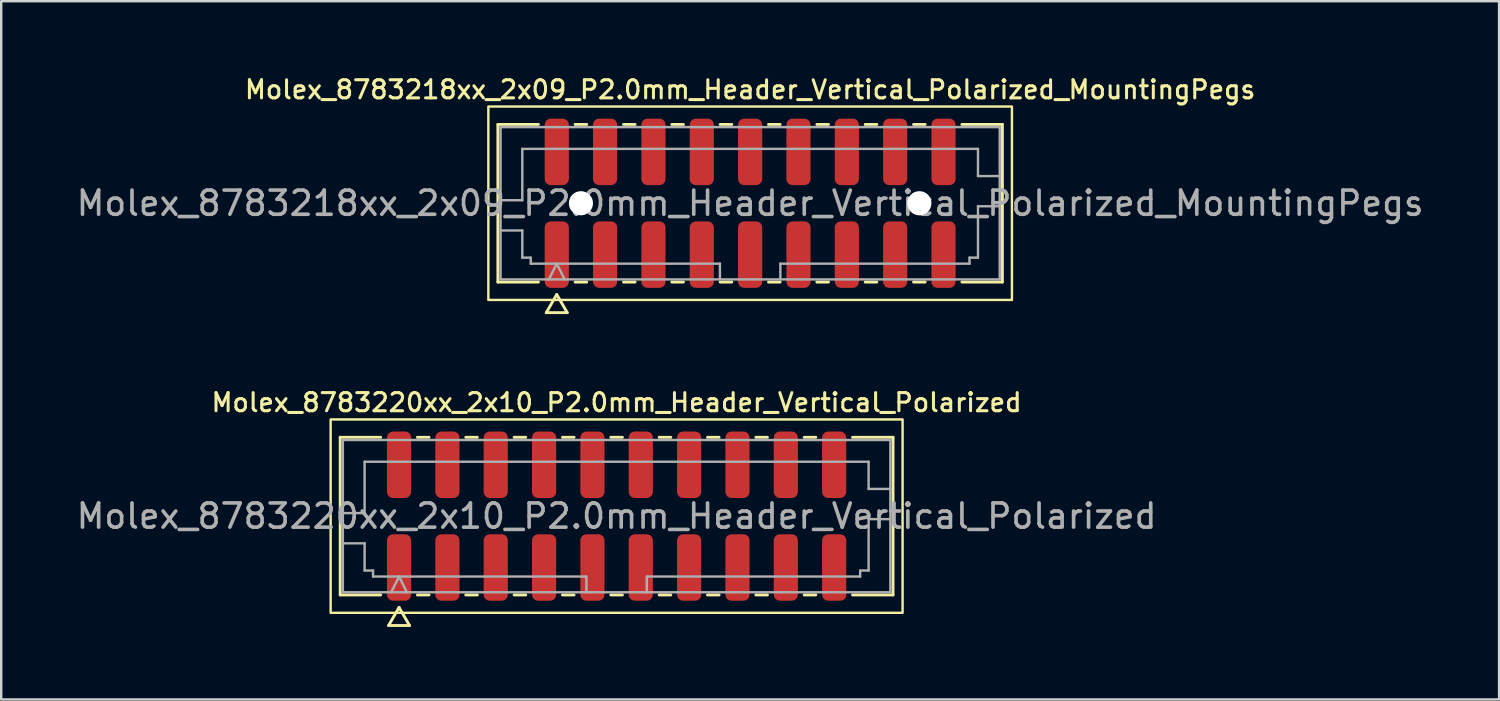
<source format=kicad_pcb>
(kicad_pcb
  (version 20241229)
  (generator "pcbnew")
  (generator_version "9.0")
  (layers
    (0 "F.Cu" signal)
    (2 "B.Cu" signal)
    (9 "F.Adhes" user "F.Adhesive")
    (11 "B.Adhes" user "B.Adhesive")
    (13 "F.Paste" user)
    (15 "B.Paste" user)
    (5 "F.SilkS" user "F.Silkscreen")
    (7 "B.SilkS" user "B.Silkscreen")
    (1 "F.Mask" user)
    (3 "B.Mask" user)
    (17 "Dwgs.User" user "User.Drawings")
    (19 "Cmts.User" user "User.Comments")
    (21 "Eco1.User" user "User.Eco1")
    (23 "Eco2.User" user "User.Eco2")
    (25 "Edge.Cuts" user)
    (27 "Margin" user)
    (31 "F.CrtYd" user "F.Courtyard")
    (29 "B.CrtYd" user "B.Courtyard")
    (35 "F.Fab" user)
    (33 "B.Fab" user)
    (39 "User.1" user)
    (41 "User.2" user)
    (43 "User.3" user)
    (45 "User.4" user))
  (footprint "Molex_8783220xx_2x10_P2.0mm_Header_Vertical_Polarized"
    (layer "F.Cu")
    (at 22.458 18.301)
    (property "Reference" "Molex_8783220xx_2x10_P2.0mm_Header_Vertical_Polarized" (at 0 -4.7 0) (layer "F.SilkS") (effects (font (size 0.75 0.75) (thickness 0.125))))
    (attr smd)
    (fp_line (start -11.435 -3.26) (end -9.76 -3.26) (stroke (width 0.12) (type solid)) (layer "F.SilkS"))
    (fp_line (start -11.435 3.26) (end -11.435 -3.26) (stroke (width 0.12) (type solid)) (layer "F.SilkS"))
    (fp_line (start -9.76 3.26) (end -11.435 3.26) (stroke (width 0.12) (type solid)) (layer "F.SilkS"))
    (fp_line (start -9.433 4.525) (end -9 3.775) (stroke (width 0.12) (type solid)) (layer "F.SilkS"))
    (fp_line (start -9 3.775) (end -8.567 4.525) (stroke (width 0.12) (type solid)) (layer "F.SilkS"))
    (fp_line (start -8.567 4.525) (end -9.433 4.525) (stroke (width 0.12) (type solid)) (layer "F.SilkS"))
    (fp_line (start -8.24 -3.26) (end -7.76 -3.26) (stroke (width 0.12) (type solid)) (layer "F.SilkS"))
    (fp_line (start -7.76 3.26) (end -8.24 3.26) (stroke (width 0.12) (type solid)) (layer "F.SilkS"))
    (fp_line (start -6.24 -3.26) (end -5.76 -3.26) (stroke (width 0.12) (type solid)) (layer "F.SilkS"))
    (fp_line (start -5.76 3.26) (end -6.24 3.26) (stroke (width 0.12) (type solid)) (layer "F.SilkS"))
    (fp_line (start -4.24 -3.26) (end -3.76 -3.26) (stroke (width 0.12) (type solid)) (layer "F.SilkS"))
    (fp_line (start -3.76 3.26) (end -4.24 3.26) (stroke (width 0.12) (type solid)) (layer "F.SilkS"))
    (fp_line (start -2.24 -3.26) (end -1.76 -3.26) (stroke (width 0.12) (type solid)) (layer "F.SilkS"))
    (fp_line (start -1.76 3.26) (end -2.24 3.26) (stroke (width 0.12) (type solid)) (layer "F.SilkS"))
    (fp_line (start -0.24 -3.26) (end 0.24 -3.26) (stroke (width 0.12) (type solid)) (layer "F.SilkS"))
    (fp_line (start 0.24 3.26) (end -0.24 3.26) (stroke (width 0.12) (type solid)) (layer "F.SilkS"))
    (fp_line (start 1.76 -3.26) (end 2.24 -3.26) (stroke (width 0.12) (type solid)) (layer "F.SilkS"))
    (fp_line (start 2.24 3.26) (end 1.76 3.26) (stroke (width 0.12) (type solid)) (layer "F.SilkS"))
    (fp_line (start 3.76 -3.26) (end 4.24 -3.26) (stroke (width 0.12) (type solid)) (layer "F.SilkS"))
    (fp_line (start 4.24 3.26) (end 3.76 3.26) (stroke (width 0.12) (type solid)) (layer "F.SilkS"))
    (fp_line (start 5.76 -3.26) (end 6.24 -3.26) (stroke (width 0.12) (type solid)) (layer "F.SilkS"))
    (fp_line (start 6.24 3.26) (end 5.76 3.26) (stroke (width 0.12) (type solid)) (layer "F.SilkS"))
    (fp_line (start 7.76 -3.26) (end 8.24 -3.26) (stroke (width 0.12) (type solid)) (layer "F.SilkS"))
    (fp_line (start 8.24 3.26) (end 7.76 3.26) (stroke (width 0.12) (type solid)) (layer "F.SilkS"))
    (fp_line (start 9.76 -3.26) (end 11.435 -3.26) (stroke (width 0.12) (type solid)) (layer "F.SilkS"))
    (fp_line (start 11.435 -3.26) (end 11.435 3.26) (stroke (width 0.12) (type solid)) (layer "F.SilkS"))
    (fp_line (start 11.435 3.26) (end 9.76 3.26) (stroke (width 0.12) (type solid)) (layer "F.SilkS"))
    (fp_rect (start -11.83 -4) (end 11.83 4) (stroke (width 0.1) (type solid)) (fill no) (layer "F.SilkS"))
    (fp_line (start -11.325 -3.15) (end 11.325 -3.15) (stroke (width 0.1) (type solid)) (layer "F.Fab"))
    (fp_line (start -11.325 -0.125) (end -10.425 -0.125) (stroke (width 0.1) (type solid)) (layer "F.Fab"))
    (fp_line (start -11.325 1.125) (end -10.425 1.125) (stroke (width 0.1) (type solid)) (layer "F.Fab"))
    (fp_line (start -11.325 3.15) (end -11.325 -3.15) (stroke (width 0.1) (type solid)) (layer "F.Fab"))
    (fp_line (start -10.425 -2.25) (end 10.425 -2.25) (stroke (width 0.1) (type solid)) (layer "F.Fab"))
    (fp_line (start -10.425 -0.125) (end -10.425 -2.25) (stroke (width 0.1) (type solid)) (layer "F.Fab"))
    (fp_line (start -10.425 1.125) (end -10.425 2.25) (stroke (width 0.1) (type solid)) (layer "F.Fab"))
    (fp_line (start -10.425 2.25) (end -10.075 2.25) (stroke (width 0.1) (type solid)) (layer "F.Fab"))
    (fp_line (start -10.075 2.25) (end -10.075 2.5) (stroke (width 0.1) (type solid)) (layer "F.Fab"))
    (fp_line (start -10.075 2.5) (end -1.25 2.5) (stroke (width 0.1) (type solid)) (layer "F.Fab"))
    (fp_line (start -9.325 3.15) (end -9 2.5) (stroke (width 0.1) (type solid)) (layer "F.Fab"))
    (fp_line (start -9 2.5) (end -8.675 3.15) (stroke (width 0.1) (type solid)) (layer "F.Fab"))
    (fp_line (start -1.25 2.5) (end -1.25 3.15) (stroke (width 0.1) (type solid)) (layer "F.Fab"))
    (fp_line (start 1.25 2.5) (end 1.25 3.15) (stroke (width 0.1) (type solid)) (layer "F.Fab"))
    (fp_line (start 1.25 2.5) (end 10.075 2.5) (stroke (width 0.1) (type solid)) (layer "F.Fab"))
    (fp_line (start 10.075 2.25) (end 10.425 2.25) (stroke (width 0.1) (type solid)) (layer "F.Fab"))
    (fp_line (start 10.075 2.5) (end 10.075 2.25) (stroke (width 0.1) (type solid)) (layer "F.Fab"))
    (fp_line (start 10.425 -2.25) (end 10.425 -1.125) (stroke (width 0.1) (type solid)) (layer "F.Fab"))
    (fp_line (start 10.425 -1.125) (end 11.325 -1.125) (stroke (width 0.1) (type solid)) (layer "F.Fab"))
    (fp_line (start 10.425 0.125) (end 11.325 0.125) (stroke (width 0.1) (type solid)) (layer "F.Fab"))
    (fp_line (start 10.425 2.25) (end 10.425 0.125) (stroke (width 0.1) (type solid)) (layer "F.Fab"))
    (fp_line (start 11.325 -3.15) (end 11.325 3.15) (stroke (width 0.1) (type solid)) (layer "F.Fab"))
    (fp_line (start 11.325 3.15) (end -11.325 3.15) (stroke (width 0.1) (type solid)) (layer "F.Fab"))
    (fp_text user "${REFERENCE}" (at 0 0 0) (layer "F.Fab") (effects (font (size 1 1) (thickness 0.15))))
    (pad "1" smd roundrect (at -9 2.125) (size 1 2.75) (layers "F.Cu" "F.Mask" "F.Paste") (roundrect_rratio 0.25))
    (pad "2" smd roundrect (at -9 -2.125) (size 1 2.75) (layers "F.Cu" "F.Mask" "F.Paste") (roundrect_rratio 0.25))
    (pad "3" smd roundrect (at -7 2.125) (size 1 2.75) (layers "F.Cu" "F.Mask" "F.Paste") (roundrect_rratio 0.25))
    (pad "4" smd roundrect (at -7 -2.125) (size 1 2.75) (layers "F.Cu" "F.Mask" "F.Paste") (roundrect_rratio 0.25))
    (pad "5" smd roundrect (at -5 2.125) (size 1 2.75) (layers "F.Cu" "F.Mask" "F.Paste") (roundrect_rratio 0.25))
    (pad "6" smd roundrect (at -5 -2.125) (size 1 2.75) (layers "F.Cu" "F.Mask" "F.Paste") (roundrect_rratio 0.25))
    (pad "7" smd roundrect (at -3 2.125) (size 1 2.75) (layers "F.Cu" "F.Mask" "F.Paste") (roundrect_rratio 0.25))
    (pad "8" smd roundrect (at -3 -2.125) (size 1 2.75) (layers "F.Cu" "F.Mask" "F.Paste") (roundrect_rratio 0.25))
    (pad "9" smd roundrect (at -1 2.125) (size 1 2.75) (layers "F.Cu" "F.Mask" "F.Paste") (roundrect_rratio 0.25))
    (pad "10" smd roundrect (at -1 -2.125) (size 1 2.75) (layers "F.Cu" "F.Mask" "F.Paste") (roundrect_rratio 0.25))
    (pad "11" smd roundrect (at 1 2.125) (size 1 2.75) (layers "F.Cu" "F.Mask" "F.Paste") (roundrect_rratio 0.25))
    (pad "12" smd roundrect (at 1 -2.125) (size 1 2.75) (layers "F.Cu" "F.Mask" "F.Paste") (roundrect_rratio 0.25))
    (pad "13" smd roundrect (at 3 2.125) (size 1 2.75) (layers "F.Cu" "F.Mask" "F.Paste") (roundrect_rratio 0.25))
    (pad "14" smd roundrect (at 3 -2.125) (size 1 2.75) (layers "F.Cu" "F.Mask" "F.Paste") (roundrect_rratio 0.25))
    (pad "15" smd roundrect (at 5 2.125) (size 1 2.75) (layers "F.Cu" "F.Mask" "F.Paste") (roundrect_rratio 0.25))
    (pad "16" smd roundrect (at 5 -2.125) (size 1 2.75) (layers "F.Cu" "F.Mask" "F.Paste") (roundrect_rratio 0.25))
    (pad "17" smd roundrect (at 7 2.125) (size 1 2.75) (layers "F.Cu" "F.Mask" "F.Paste") (roundrect_rratio 0.25))
    (pad "18" smd roundrect (at 7 -2.125) (size 1 2.75) (layers "F.Cu" "F.Mask" "F.Paste") (roundrect_rratio 0.25))
    (pad "19" smd roundrect (at 9 2.125) (size 1 2.75) (layers "F.Cu" "F.Mask" "F.Paste") (roundrect_rratio 0.25))
    (pad "20" smd roundrect (at 9 -2.125) (size 1 2.75) (layers "F.Cu" "F.Mask" "F.Paste") (roundrect_rratio 0.25)))
  (footprint "Molex_8783218xx_2x09_P2.0mm_Header_Vertical_Polarized_MountingPegs"
    (layer "F.Cu")
    (at 27.982 5.358)
    (property "Reference" "Molex_8783218xx_2x09_P2.0mm_Header_Vertical_Polarized_MountingPegs" (at 0 -4.7 0) (layer "F.SilkS") (effects (font (size 0.75 0.75) (thickness 0.125))))
    (attr smd)
    (fp_line (start -10.435 -3.26) (end -8.76 -3.26) (stroke (width 0.12) (type solid)) (layer "F.SilkS"))
    (fp_line (start -10.435 3.26) (end -10.435 -3.26) (stroke (width 0.12) (type solid)) (layer "F.SilkS"))
    (fp_line (start -8.76 3.26) (end -10.435 3.26) (stroke (width 0.12) (type solid)) (layer "F.SilkS"))
    (fp_line (start -8.433 4.525) (end -8 3.775) (stroke (width 0.12) (type solid)) (layer "F.SilkS"))
    (fp_line (start -8 3.775) (end -7.567 4.525) (stroke (width 0.12) (type solid)) (layer "F.SilkS"))
    (fp_line (start -7.567 4.525) (end -8.433 4.525) (stroke (width 0.12) (type solid)) (layer "F.SilkS"))
    (fp_line (start -7.24 -3.26) (end -6.76 -3.26) (stroke (width 0.12) (type solid)) (layer "F.SilkS"))
    (fp_line (start -6.76 3.26) (end -7.24 3.26) (stroke (width 0.12) (type solid)) (layer "F.SilkS"))
    (fp_line (start -5.24 -3.26) (end -4.76 -3.26) (stroke (width 0.12) (type solid)) (layer "F.SilkS"))
    (fp_line (start -4.76 3.26) (end -5.24 3.26) (stroke (width 0.12) (type solid)) (layer "F.SilkS"))
    (fp_line (start -3.24 -3.26) (end -2.76 -3.26) (stroke (width 0.12) (type solid)) (layer "F.SilkS"))
    (fp_line (start -2.76 3.26) (end -3.24 3.26) (stroke (width 0.12) (type solid)) (layer "F.SilkS"))
    (fp_line (start -1.24 -3.26) (end -0.76 -3.26) (stroke (width 0.12) (type solid)) (layer "F.SilkS"))
    (fp_line (start -0.76 3.26) (end -1.24 3.26) (stroke (width 0.12) (type solid)) (layer "F.SilkS"))
    (fp_line (start 0.76 -3.26) (end 1.24 -3.26) (stroke (width 0.12) (type solid)) (layer "F.SilkS"))
    (fp_line (start 1.24 3.26) (end 0.76 3.26) (stroke (width 0.12) (type solid)) (layer "F.SilkS"))
    (fp_line (start 2.76 -3.26) (end 3.24 -3.26) (stroke (width 0.12) (type solid)) (layer "F.SilkS"))
    (fp_line (start 3.24 3.26) (end 2.76 3.26) (stroke (width 0.12) (type solid)) (layer "F.SilkS"))
    (fp_line (start 4.76 -3.26) (end 5.24 -3.26) (stroke (width 0.12) (type solid)) (layer "F.SilkS"))
    (fp_line (start 5.24 3.26) (end 4.76 3.26) (stroke (width 0.12) (type solid)) (layer "F.SilkS"))
    (fp_line (start 6.76 -3.26) (end 7.24 -3.26) (stroke (width 0.12) (type solid)) (layer "F.SilkS"))
    (fp_line (start 7.24 3.26) (end 6.76 3.26) (stroke (width 0.12) (type solid)) (layer "F.SilkS"))
    (fp_line (start 8.76 -3.26) (end 10.435 -3.26) (stroke (width 0.12) (type solid)) (layer "F.SilkS"))
    (fp_line (start 10.435 -3.26) (end 10.435 3.26) (stroke (width 0.12) (type solid)) (layer "F.SilkS"))
    (fp_line (start 10.435 3.26) (end 8.76 3.26) (stroke (width 0.12) (type solid)) (layer "F.SilkS"))
    (fp_rect (start -10.83 -4) (end 10.83 4) (stroke (width 0.1) (type solid)) (fill no) (layer "F.SilkS"))
    (fp_line (start -10.325 -3.15) (end 10.325 -3.15) (stroke (width 0.1) (type solid)) (layer "F.Fab"))
    (fp_line (start -10.325 -0.125) (end -9.425 -0.125) (stroke (width 0.1) (type solid)) (layer "F.Fab"))
    (fp_line (start -10.325 1.125) (end -9.425 1.125) (stroke (width 0.1) (type solid)) (layer "F.Fab"))
    (fp_line (start -10.325 3.15) (end -10.325 -3.15) (stroke (width 0.1) (type solid)) (layer "F.Fab"))
    (fp_line (start -9.425 -2.25) (end 9.425 -2.25) (stroke (width 0.1) (type solid)) (layer "F.Fab"))
    (fp_line (start -9.425 -0.125) (end -9.425 -2.25) (stroke (width 0.1) (type solid)) (layer "F.Fab"))
    (fp_line (start -9.425 1.125) (end -9.425 2.25) (stroke (width 0.1) (type solid)) (layer "F.Fab"))
    (fp_line (start -9.425 2.25) (end -9.075 2.25) (stroke (width 0.1) (type solid)) (layer "F.Fab"))
    (fp_line (start -9.075 2.25) (end -9.075 2.5) (stroke (width 0.1) (type solid)) (layer "F.Fab"))
    (fp_line (start -9.075 2.5) (end -1.25 2.5) (stroke (width 0.1) (type solid)) (layer "F.Fab"))
    (fp_line (start -8.325 3.15) (end -8 2.5) (stroke (width 0.1) (type solid)) (layer "F.Fab"))
    (fp_line (start -8 2.5) (end -7.675 3.15) (stroke (width 0.1) (type solid)) (layer "F.Fab"))
    (fp_line (start -1.25 2.5) (end -1.25 3.15) (stroke (width 0.1) (type solid)) (layer "F.Fab"))
    (fp_line (start 1.25 2.5) (end 1.25 3.15) (stroke (width 0.1) (type solid)) (layer "F.Fab"))
    (fp_line (start 1.25 2.5) (end 9.075 2.5) (stroke (width 0.1) (type solid)) (layer "F.Fab"))
    (fp_line (start 9.075 2.25) (end 9.425 2.25) (stroke (width 0.1) (type solid)) (layer "F.Fab"))
    (fp_line (start 9.075 2.5) (end 9.075 2.25) (stroke (width 0.1) (type solid)) (layer "F.Fab"))
    (fp_line (start 9.425 -2.25) (end 9.425 -1.125) (stroke (width 0.1) (type solid)) (layer "F.Fab"))
    (fp_line (start 9.425 -1.125) (end 10.325 -1.125) (stroke (width 0.1) (type solid)) (layer "F.Fab"))
    (fp_line (start 9.425 0.125) (end 10.325 0.125) (stroke (width 0.1) (type solid)) (layer "F.Fab"))
    (fp_line (start 9.425 2.25) (end 9.425 0.125) (stroke (width 0.1) (type solid)) (layer "F.Fab"))
    (fp_line (start 10.325 -3.15) (end 10.325 3.15) (stroke (width 0.1) (type solid)) (layer "F.Fab"))
    (fp_line (start 10.325 3.15) (end -10.325 3.15) (stroke (width 0.1) (type solid)) (layer "F.Fab"))
    (fp_text user "${REFERENCE}" (at 0 0 0) (layer "F.Fab") (effects (font (size 1 1) (thickness 0.15))))
    (pad "" np_thru_hole circle (at -7 0) (size 1 1) (drill 1) (layers "*.Cu" "*.Mask"))
    (pad "" np_thru_hole circle (at 7 0) (size 1 1) (drill 1) (layers "*.Cu" "*.Mask"))
    (pad "1" smd roundrect (at -8 2.125) (size 1 2.75) (layers "F.Cu" "F.Mask" "F.Paste") (roundrect_rratio 0.25))
    (pad "2" smd roundrect (at -8 -2.125) (size 1 2.75) (layers "F.Cu" "F.Mask" "F.Paste") (roundrect_rratio 0.25))
    (pad "3" smd roundrect (at -6 2.125) (size 1 2.75) (layers "F.Cu" "F.Mask" "F.Paste") (roundrect_rratio 0.25))
    (pad "4" smd roundrect (at -6 -2.125) (size 1 2.75) (layers "F.Cu" "F.Mask" "F.Paste") (roundrect_rratio 0.25))
    (pad "5" smd roundrect (at -4 2.125) (size 1 2.75) (layers "F.Cu" "F.Mask" "F.Paste") (roundrect_rratio 0.25))
    (pad "6" smd roundrect (at -4 -2.125) (size 1 2.75) (layers "F.Cu" "F.Mask" "F.Paste") (roundrect_rratio 0.25))
    (pad "7" smd roundrect (at -2 2.125) (size 1 2.75) (layers "F.Cu" "F.Mask" "F.Paste") (roundrect_rratio 0.25))
    (pad "8" smd roundrect (at -2 -2.125) (size 1 2.75) (layers "F.Cu" "F.Mask" "F.Paste") (roundrect_rratio 0.25))
    (pad "9" smd roundrect (at 0 2.125) (size 1 2.75) (layers "F.Cu" "F.Mask" "F.Paste") (roundrect_rratio 0.25))
    (pad "10" smd roundrect (at 0 -2.125) (size 1 2.75) (layers "F.Cu" "F.Mask" "F.Paste") (roundrect_rratio 0.25))
    (pad "11" smd roundrect (at 2 2.125) (size 1 2.75) (layers "F.Cu" "F.Mask" "F.Paste") (roundrect_rratio 0.25))
    (pad "12" smd roundrect (at 2 -2.125) (size 1 2.75) (layers "F.Cu" "F.Mask" "F.Paste") (roundrect_rratio 0.25))
    (pad "13" smd roundrect (at 4 2.125) (size 1 2.75) (layers "F.Cu" "F.Mask" "F.Paste") (roundrect_rratio 0.25))
    (pad "14" smd roundrect (at 4 -2.125) (size 1 2.75) (layers "F.Cu" "F.Mask" "F.Paste") (roundrect_rratio 0.25))
    (pad "15" smd roundrect (at 6 2.125) (size 1 2.75) (layers "F.Cu" "F.Mask" "F.Paste") (roundrect_rratio 0.25))
    (pad "16" smd roundrect (at 6 -2.125) (size 1 2.75) (layers "F.Cu" "F.Mask" "F.Paste") (roundrect_rratio 0.25))
    (pad "17" smd roundrect (at 8 2.125) (size 1 2.75) (layers "F.Cu" "F.Mask" "F.Paste") (roundrect_rratio 0.25))
    (pad "18" smd roundrect (at 8 -2.125) (size 1 2.75) (layers "F.Cu" "F.Mask" "F.Paste") (roundrect_rratio 0.25)))
  (gr_rect
    (start -3 -3)
    (end 58.964 25.886)
    (stroke (width 0.1) (type default))
    (fill no)
    (layer "Edge.Cuts")))
</source>
